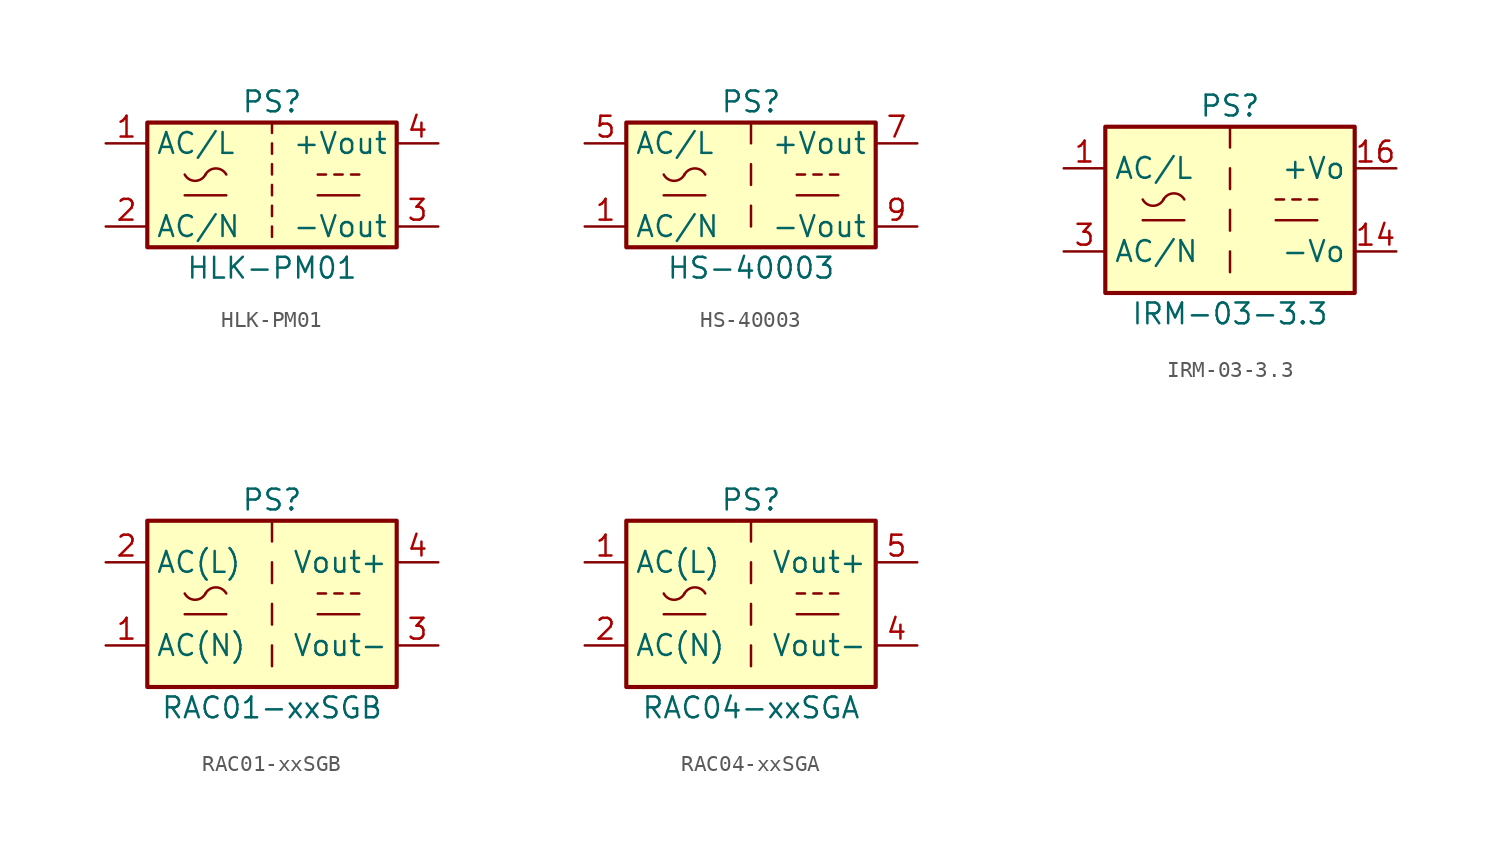
<source format=kicad_sym>
(kicad_symbol_lib
  (version 20201005)
  (generator kicad_symbol_editor)
  (symbol "HLK-PM01"
    (property "Reference" "PS"
      (at 0 5.08 0)
      (effects (font (size 1.27 1.27))))
    (property "Value" "HLK-PM01"
      (at 0 -5.08 0)
      (effects (font (size 1.27 1.27))))
    (symbol "HLK-PM01_0_1"
      (arc (start -5.334 0.635) (end -4.064 0.635) (radius (at -4.699 0.9652) (length 0.7112) (angles -152.5 -27.5)) (stroke (width 0)) (fill (type none)))
      (arc (start -2.794 0.635) (end -4.064 0.635) (radius (at -3.429 0.2794) (length 0.7366) (angles 29.2 150.8)) (stroke (width 0)) (fill (type none)))
      (rectangle (start -7.62 3.81) (end 7.62 -3.81) (stroke (width 0.254)) (fill (type background)))
      (polyline (pts (xy -5.334 -0.635) (xy -2.794 -0.635)) (stroke (width 0)) (fill (type none)))
      (polyline (pts (xy 0 -2.54) (xy 0 -3.175)) (stroke (width 0)) (fill (type none)))
      (polyline (pts (xy 0 -1.27) (xy 0 -1.905)) (stroke (width 0)) (fill (type none)))
      (polyline (pts (xy 0 0) (xy 0 -0.635)) (stroke (width 0)) (fill (type none)))
      (polyline (pts (xy 0 1.27) (xy 0 0.635)) (stroke (width 0)) (fill (type none)))
      (polyline (pts (xy 0 2.54) (xy 0 1.905)) (stroke (width 0)) (fill (type none)))
      (polyline (pts (xy 0 3.81) (xy 0 3.175)) (stroke (width 0)) (fill (type none)))
      (polyline (pts (xy 2.794 -0.635) (xy 5.334 -0.635)) (stroke (width 0)) (fill (type none)))
      (polyline (pts (xy 2.794 0.635) (xy 3.302 0.635)) (stroke (width 0)) (fill (type none)))
      (polyline (pts (xy 3.81 0.635) (xy 4.318 0.635)) (stroke (width 0)) (fill (type none)))
      (polyline (pts (xy 4.826 0.635) (xy 5.334 0.635)) (stroke (width 0)) (fill (type none))))
    (symbol "HLK-PM01_1_1"
      (pin power_in line (at -10.16 2.54 0) (length 2.54) (name "AC/L" (effects (font (size 1.27 1.27)))) (number "1" (effects (font (size 1.27 1.27)))))
      (pin power_in line (at -10.16 -2.54 0) (length 2.54) (name "AC/N" (effects (font (size 1.27 1.27)))) (number "2" (effects (font (size 1.27 1.27)))))
      (pin power_out line (at 10.16 -2.54 180) (length 2.54) (name "-Vout" (effects (font (size 1.27 1.27)))) (number "3" (effects (font (size 1.27 1.27)))))
      (pin power_out line (at 10.16 2.54 180) (length 2.54) (name "+Vout" (effects (font (size 1.27 1.27)))) (number "4" (effects (font (size 1.27 1.27)))))))
  (symbol "HS-40003"
    (property "Reference" "PS"
      (at 0 5.08 0)
      (effects (font (size 1.27 1.27))))
    (property "Value" "HS-40003"
      (at 0 -5.08 0)
      (effects (font (size 1.27 1.27))))
    (symbol "HS-40003_0_1"
      (arc (start -5.334 0.635) (end -4.064 0.635) (radius (at -4.699 0.9652) (length 0.7112) (angles -152.5 -27.5)) (stroke (width 0)) (fill (type none)))
      (arc (start -2.794 0.635) (end -4.064 0.635) (radius (at -3.429 0.2794) (length 0.7366) (angles 29.2 150.8)) (stroke (width 0)) (fill (type none)))
      (rectangle (start -7.62 3.81) (end 7.62 -3.81) (stroke (width 0.254)) (fill (type background)))
      (polyline (pts (xy -5.334 -0.635) (xy -2.794 -0.635)) (stroke (width 0)) (fill (type none)))
      (polyline (pts (xy 2.794 -0.635) (xy 5.334 -0.635)) (stroke (width 0)) (fill (type none)))
      (polyline (pts (xy 2.794 0.635) (xy 3.302 0.635)) (stroke (width 0)) (fill (type none)))
      (polyline (pts (xy 3.81 0.635) (xy 4.318 0.635)) (stroke (width 0)) (fill (type none)))
      (polyline (pts (xy 4.826 0.635) (xy 5.334 0.635)) (stroke (width 0)) (fill (type none))))
    (symbol "HS-40003_1_1"
      (polyline (pts (xy 0 -1.27) (xy 0 -2.54)) (stroke (width 0)) (fill (type none)))
      (polyline (pts (xy 0 1.27) (xy 0 0)) (stroke (width 0)) (fill (type none)))
      (polyline (pts (xy 0 3.81) (xy 0 2.54)) (stroke (width 0)) (fill (type none)))
      (pin power_in line (at -10.16 -2.54 0) (length 2.54) (name "AC/N" (effects (font (size 1.27 1.27)))) (number "1" (effects (font (size 1.27 1.27)))))
      (pin power_in line (at -10.16 2.54 0) (length 2.54) (name "AC/L" (effects (font (size 1.27 1.27)))) (number "5" (effects (font (size 1.27 1.27)))))
      (pin power_out line (at 10.16 2.54 180) (length 2.54) (name "+Vout" (effects (font (size 1.27 1.27)))) (number "7" (effects (font (size 1.27 1.27)))))
      (pin power_out line (at 10.16 -2.54 180) (length 2.54) (name "-Vout" (effects (font (size 1.27 1.27)))) (number "9" (effects (font (size 1.27 1.27)))))))
  (symbol "IRM-03-3.3"
    (property "Reference" "PS"
      (at 0 6.35 0)
      (effects (font (size 1.27 1.27))))
    (property "Value" "IRM-03-3.3"
      (at 0 -6.35 0)
      (effects (font (size 1.27 1.27))))
    (symbol "IRM-03-3.3_0_1"
      (arc (start -5.334 0.635) (end -4.064 0.635) (radius (at -4.699 0.9652) (length 0.7112) (angles -152.5 -27.5)) (stroke (width 0)) (fill (type none)))
      (arc (start -2.794 0.635) (end -4.064 0.635) (radius (at -3.429 0.2794) (length 0.7366) (angles 29.2 150.8)) (stroke (width 0)) (fill (type none)))
      (rectangle (start -7.62 5.08) (end 7.62 -5.08) (stroke (width 0.254)) (fill (type background)))
      (polyline (pts (xy -5.334 -0.635) (xy -2.794 -0.635)) (stroke (width 0)) (fill (type none)))
      (polyline (pts (xy 0 -2.54) (xy 0 -3.81)) (stroke (width 0)) (fill (type none)))
      (polyline (pts (xy 0 0) (xy 0 -1.27)) (stroke (width 0)) (fill (type none)))
      (polyline (pts (xy 0 2.54) (xy 0 1.27)) (stroke (width 0)) (fill (type none)))
      (polyline (pts (xy 0 5.08) (xy 0 3.81)) (stroke (width 0)) (fill (type none)))
      (polyline (pts (xy 2.794 -0.635) (xy 5.334 -0.635)) (stroke (width 0)) (fill (type none)))
      (polyline (pts (xy 2.794 0.635) (xy 3.302 0.635)) (stroke (width 0)) (fill (type none)))
      (polyline (pts (xy 3.81 0.635) (xy 4.318 0.635)) (stroke (width 0)) (fill (type none)))
      (polyline (pts (xy 4.826 0.635) (xy 5.334 0.635)) (stroke (width 0)) (fill (type none))))
    (symbol "IRM-03-3.3_1_1"
      (pin power_in line (at -10.16 2.54 0) (length 2.54) (name "AC/L" (effects (font (size 1.27 1.27)))) (number "1" (effects (font (size 1.27 1.27)))))
      (pin power_out line (at 10.16 -2.54 180) (length 2.54) (name "-Vo" (effects (font (size 1.27 1.27)))) (number "14" (effects (font (size 1.27 1.27)))))
      (pin power_out line (at 10.16 2.54 180) (length 2.54) (name "+Vo" (effects (font (size 1.27 1.27)))) (number "16" (effects (font (size 1.27 1.27)))))
      (pin power_in line (at -10.16 -2.54 0) (length 2.54) (name "AC/N" (effects (font (size 1.27 1.27)))) (number "3" (effects (font (size 1.27 1.27)))))
      (pin no_connect line (at -7.62 0 0) (length 2.54) hide (name "5" (effects (font (size 1.27 1.27)))) (number "NC" (effects (font (size 1.27 1.27)))))))
  (symbol "RAC01-xxSGB"
    (property "Reference" "PS"
      (at 0 6.35 0)
      (effects (font (size 1.27 1.27))))
    (property "Value" "RAC01-xxSGB"
      (at 0 -6.35 0)
      (effects (font (size 1.27 1.27))))
    (symbol "RAC01-xxSGB_1_1"
      (arc (start -5.334 0.635) (end -4.064 0.635) (radius (at -4.699 0.9652) (length 0.7112) (angles -152.5 -27.5)) (stroke (width 0)) (fill (type none)))
      (arc (start -2.794 0.635) (end -4.064 0.635) (radius (at -3.429 0.2794) (length 0.7366) (angles 29.2 150.8)) (stroke (width 0)) (fill (type none)))
      (rectangle (start -7.62 5.08) (end 7.62 -5.08) (stroke (width 0.254)) (fill (type background)))
      (polyline (pts (xy -5.334 -0.635) (xy -2.794 -0.635)) (stroke (width 0)) (fill (type none)))
      (polyline (pts (xy 0 -2.54) (xy 0 -3.81)) (stroke (width 0)) (fill (type none)))
      (polyline (pts (xy 0 0) (xy 0 -1.27)) (stroke (width 0)) (fill (type none)))
      (polyline (pts (xy 0 2.54) (xy 0 1.27)) (stroke (width 0)) (fill (type none)))
      (polyline (pts (xy 0 5.08) (xy 0 3.81)) (stroke (width 0)) (fill (type none)))
      (polyline (pts (xy 2.794 -0.635) (xy 5.334 -0.635)) (stroke (width 0)) (fill (type none)))
      (polyline (pts (xy 2.794 0.635) (xy 3.302 0.635)) (stroke (width 0)) (fill (type none)))
      (polyline (pts (xy 3.81 0.635) (xy 4.318 0.635)) (stroke (width 0)) (fill (type none)))
      (polyline (pts (xy 4.826 0.635) (xy 5.334 0.635)) (stroke (width 0)) (fill (type none)))
      (pin power_in line (at -10.16 -2.54 0) (length 2.54) (name "AC(N)" (effects (font (size 1.27 1.27)))) (number "1" (effects (font (size 1.27 1.27)))))
      (pin power_in line (at -10.16 2.54 0) (length 2.54) (name "AC(L)" (effects (font (size 1.27 1.27)))) (number "2" (effects (font (size 1.27 1.27)))))
      (pin power_out line (at 10.16 -2.54 180) (length 2.54) (name "Vout-" (effects (font (size 1.27 1.27)))) (number "3" (effects (font (size 1.27 1.27)))))
      (pin power_out line (at 10.16 2.54 180) (length 2.54) (name "Vout+" (effects (font (size 1.27 1.27)))) (number "4" (effects (font (size 1.27 1.27)))))))
  (symbol "RAC04-xxSGA"
    (property "Reference" "PS"
      (at 0 6.35 0)
      (effects (font (size 1.27 1.27))))
    (property "Value" "RAC04-xxSGA"
      (at 0 -6.35 0)
      (effects (font (size 1.27 1.27))))
    (symbol "RAC04-xxSGA_1_1"
      (arc (start -5.334 0.635) (end -4.064 0.635) (radius (at -4.699 0.9652) (length 0.7112) (angles -152.5 -27.5)) (stroke (width 0)) (fill (type none)))
      (arc (start -2.794 0.635) (end -4.064 0.635) (radius (at -3.429 0.2794) (length 0.7366) (angles 29.2 150.8)) (stroke (width 0)) (fill (type none)))
      (rectangle (start -7.62 5.08) (end 7.62 -5.08) (stroke (width 0.254)) (fill (type background)))
      (polyline (pts (xy -5.334 -0.635) (xy -2.794 -0.635)) (stroke (width 0)) (fill (type none)))
      (polyline (pts (xy 0 -2.54) (xy 0 -3.81)) (stroke (width 0)) (fill (type none)))
      (polyline (pts (xy 0 0) (xy 0 -1.27)) (stroke (width 0)) (fill (type none)))
      (polyline (pts (xy 0 2.54) (xy 0 1.27)) (stroke (width 0)) (fill (type none)))
      (polyline (pts (xy 0 5.08) (xy 0 3.81)) (stroke (width 0)) (fill (type none)))
      (polyline (pts (xy 2.794 -0.635) (xy 5.334 -0.635)) (stroke (width 0)) (fill (type none)))
      (polyline (pts (xy 2.794 0.635) (xy 3.302 0.635)) (stroke (width 0)) (fill (type none)))
      (polyline (pts (xy 3.81 0.635) (xy 4.318 0.635)) (stroke (width 0)) (fill (type none)))
      (polyline (pts (xy 4.826 0.635) (xy 5.334 0.635)) (stroke (width 0)) (fill (type none)))
      (pin power_in line (at -10.16 2.54 0) (length 2.54) (name "AC(L)" (effects (font (size 1.27 1.27)))) (number "1" (effects (font (size 1.27 1.27)))))
      (pin power_in line (at -10.16 -2.54 0) (length 2.54) (name "AC(N)" (effects (font (size 1.27 1.27)))) (number "2" (effects (font (size 1.27 1.27)))))
      (pin no_connect line (at 7.62 0 180) (length 2.54) hide (name "NC" (effects (font (size 1.27 1.27)))) (number "3" (effects (font (size 1.27 1.27)))))
      (pin power_out line (at 10.16 -2.54 180) (length 2.54) (name "Vout-" (effects (font (size 1.27 1.27)))) (number "4" (effects (font (size 1.27 1.27)))))
      (pin power_out line (at 10.16 2.54 180) (length 2.54) (name "Vout+" (effects (font (size 1.27 1.27)))) (number "5" (effects (font (size 1.27 1.27))))))))
</source>
